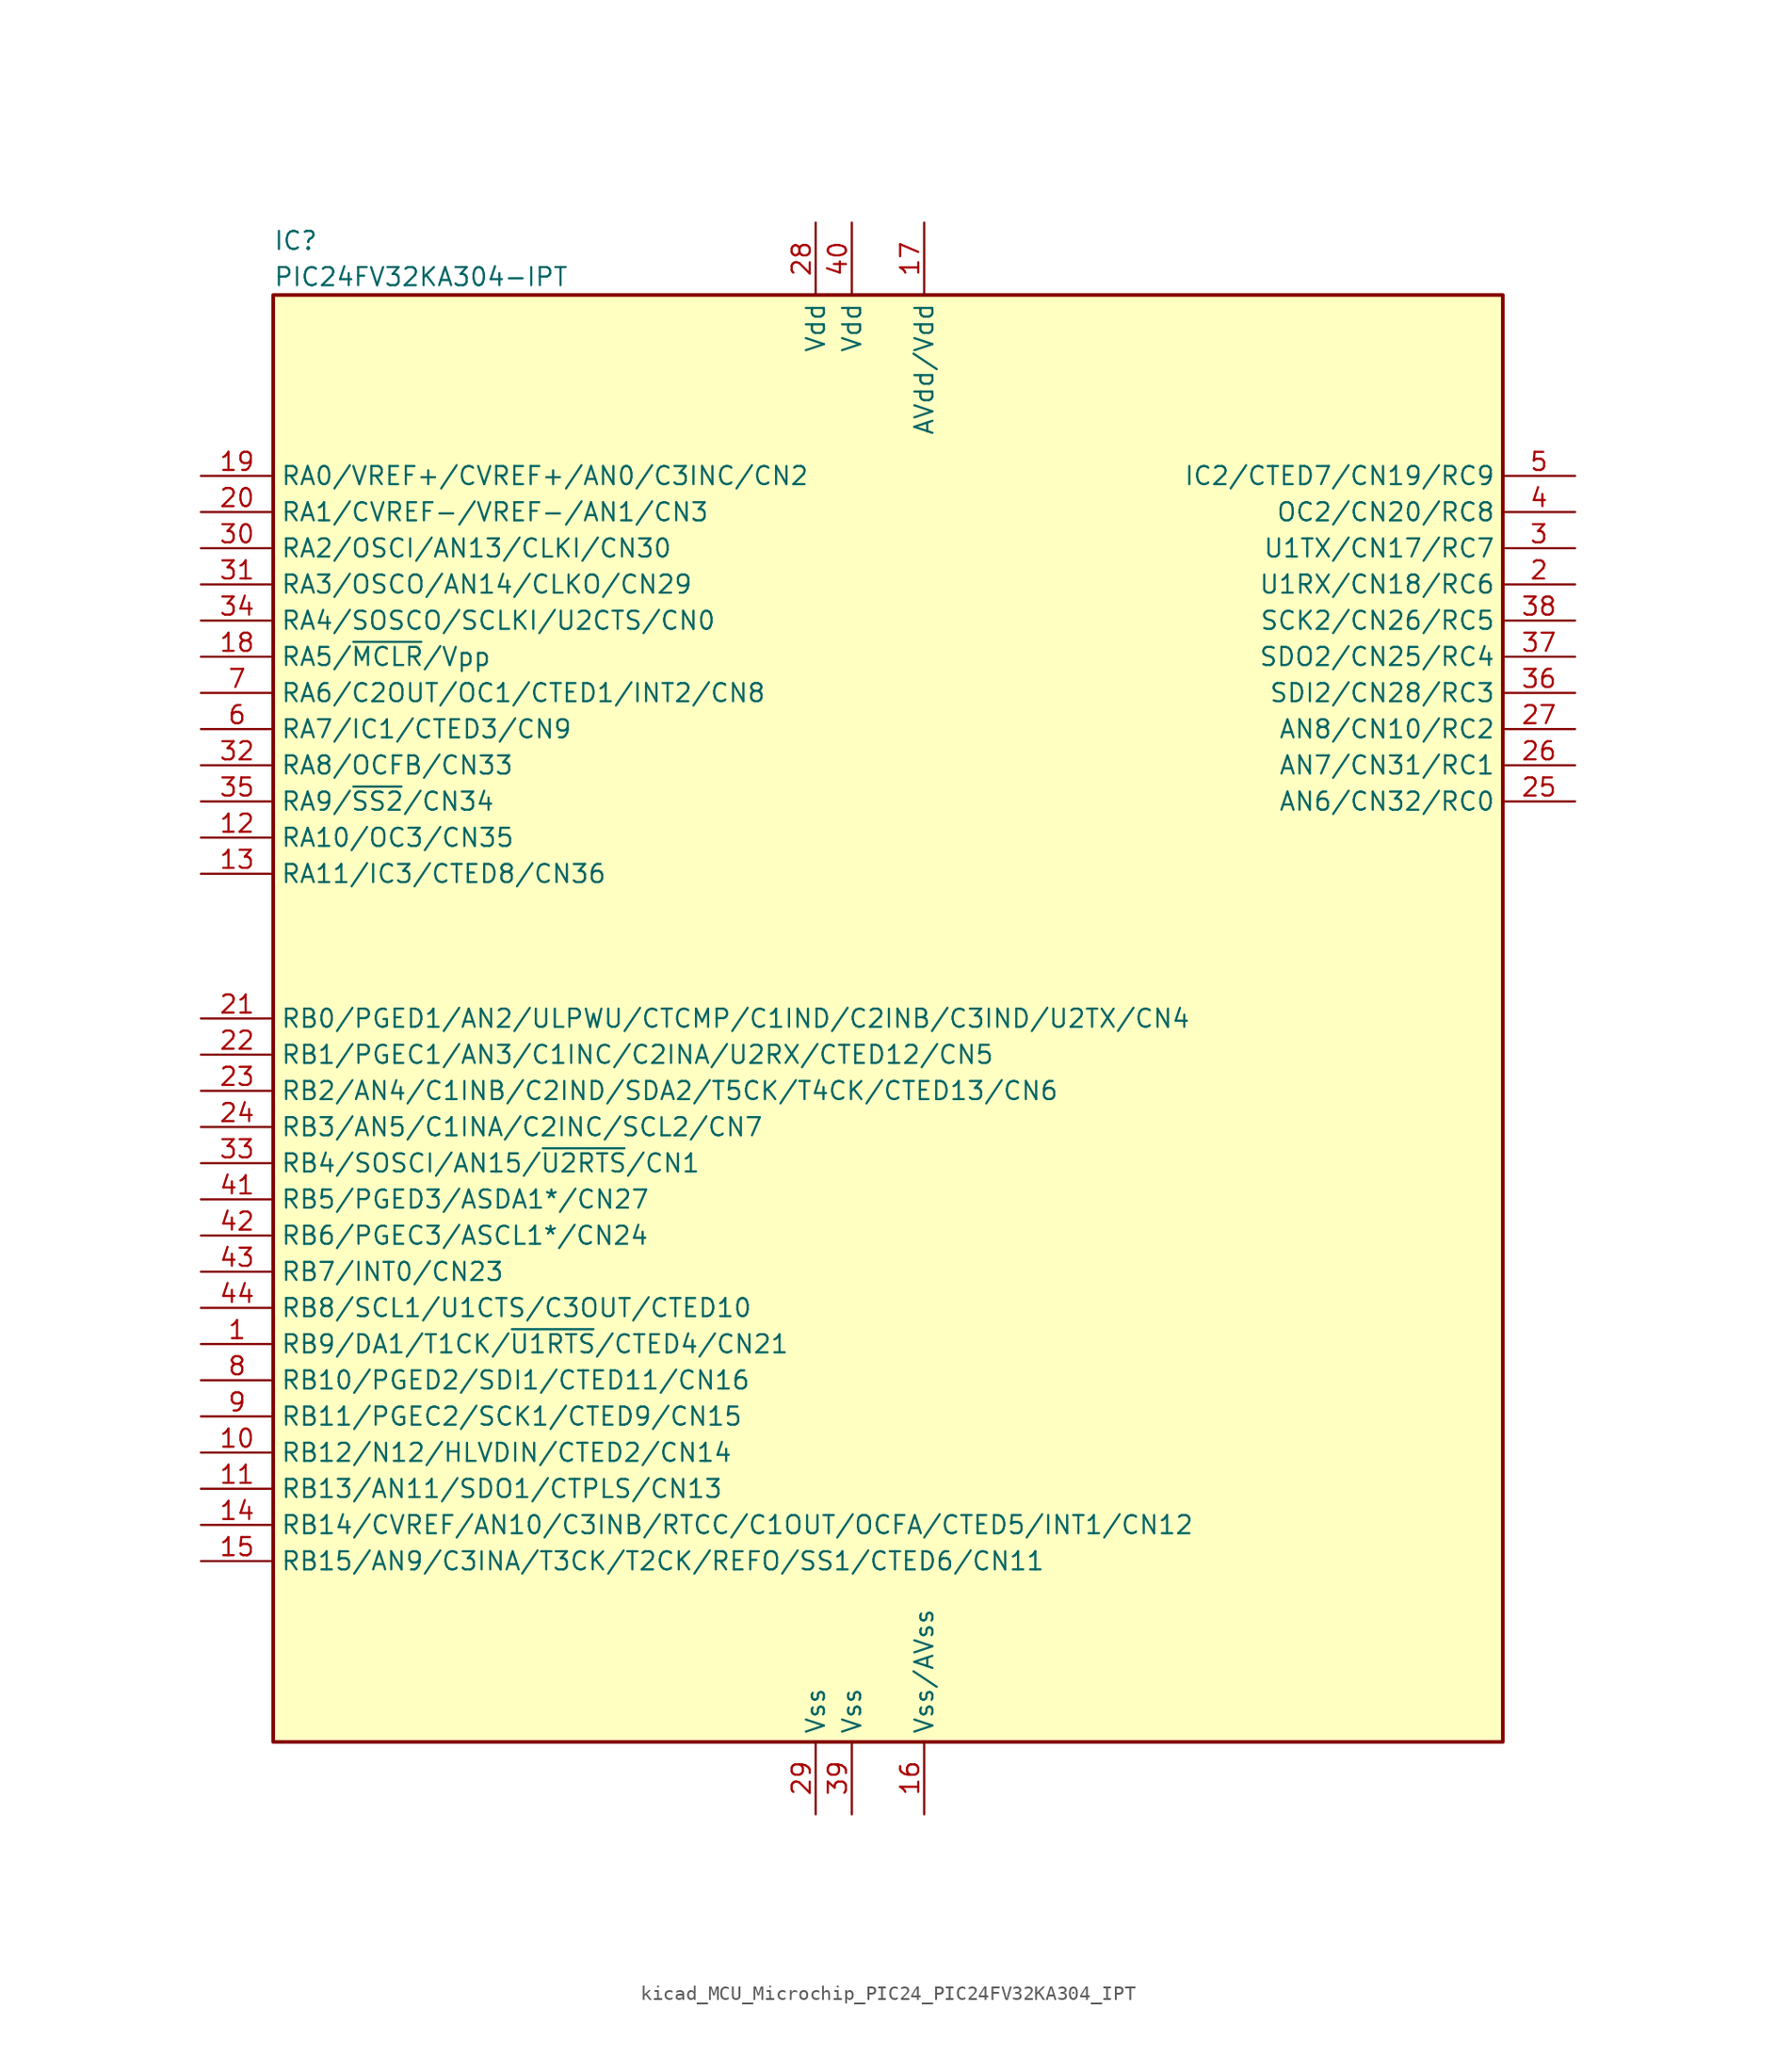
<source format=kicad_sym>
(kicad_symbol_lib
  (version 20220914)
  (generator kicad_symbol_editor)
  (symbol "kicad_MCU_Microchip_PIC24_PIC24FV32KA304_IPT"
    (property "Reference" "IC"
      (at -43.18 54.61 0)
      (effects (font (size 1.27 1.27)) (justify left)))
    (property "Value" "PIC24FV32KA304-IPT"
      (at -43.18 52.07 0)
      (effects (font (size 1.27 1.27)) (justify left)))
    (symbol "kicad_MCU_Microchip_PIC24_PIC24FV32KA304_IPT_1_0"
      (rectangle (start -43.18 -50.8) (end 43.18 50.8) (stroke (width 0.254) (type default)) (fill (type background))))
    (symbol "kicad_MCU_Microchip_PIC24_PIC24FV32KA304_IPT_1_1"
      (pin bidirectional line (at -48.26 -22.86 0) (length 5.08) (name "RB9/DA1/T1CK/~{U1RTS}/CTED4/CN21" (effects (font (size 1.27 1.27)))) (number "1" (effects (font (size 1.27 1.27)))))
      (pin bidirectional line (at -48.26 -30.48 0) (length 5.08) (name "RB12/N12/HLVDIN/CTED2/CN14" (effects (font (size 1.27 1.27)))) (number "10" (effects (font (size 1.27 1.27)))))
      (pin bidirectional line (at -48.26 -33.02 0) (length 5.08) (name "RB13/AN11/SDO1/CTPLS/CN13" (effects (font (size 1.27 1.27)))) (number "11" (effects (font (size 1.27 1.27)))))
      (pin bidirectional line (at -48.26 12.7 0) (length 5.08) (name "RA10/OC3/CN35" (effects (font (size 1.27 1.27)))) (number "12" (effects (font (size 1.27 1.27)))))
      (pin bidirectional line (at -48.26 10.16 0) (length 5.08) (name "RA11/IC3/CTED8/CN36" (effects (font (size 1.27 1.27)))) (number "13" (effects (font (size 1.27 1.27)))))
      (pin bidirectional line (at -48.26 -35.56 0) (length 5.08) (name "RB14/CVREF/AN10/C3INB/RTCC/C1OUT/OCFA/CTED5/INT1/CN12" (effects (font (size 1.27 1.27)))) (number "14" (effects (font (size 1.27 1.27)))))
      (pin bidirectional line (at -48.26 -38.1 0) (length 5.08) (name "RB15/AN9/C3INA/T3CK/T2CK/REFO/SS1/CTED6/CN11" (effects (font (size 1.27 1.27)))) (number "15" (effects (font (size 1.27 1.27)))))
      (pin power_in line (at 2.54 -55.88 90) (length 5.08) (name "Vss/AVss" (effects (font (size 1.27 1.27)))) (number "16" (effects (font (size 1.27 1.27)))))
      (pin power_in line (at 2.54 55.88 270) (length 5.08) (name "AVdd/Vdd" (effects (font (size 1.27 1.27)))) (number "17" (effects (font (size 1.27 1.27)))))
      (pin bidirectional line (at -48.26 25.4 0) (length 5.08) (name "RA5/~{MCLR}/Vpp" (effects (font (size 1.27 1.27)))) (number "18" (effects (font (size 1.27 1.27)))))
      (pin bidirectional line (at -48.26 38.1 0) (length 5.08) (name "RA0/VREF+/CVREF+/AN0/C3INC/CN2" (effects (font (size 1.27 1.27)))) (number "19" (effects (font (size 1.27 1.27)))))
      (pin bidirectional line (at 48.26 30.48 180) (length 5.08) (name "U1RX/CN18/RC6" (effects (font (size 1.27 1.27)))) (number "2" (effects (font (size 1.27 1.27)))))
      (pin bidirectional line (at -48.26 35.56 0) (length 5.08) (name "RA1/CVREF-/VREF-/AN1/CN3" (effects (font (size 1.27 1.27)))) (number "20" (effects (font (size 1.27 1.27)))))
      (pin bidirectional line (at -48.26 0 0) (length 5.08) (name "RB0/PGED1/AN2/ULPWU/CTCMP/C1IND/C2INB/C3IND/U2TX/CN4" (effects (font (size 1.27 1.27)))) (number "21" (effects (font (size 1.27 1.27)))))
      (pin bidirectional line (at -48.26 -2.54 0) (length 5.08) (name "RB1/PGEC1/AN3/C1INC/C2INA/U2RX/CTED12/CN5" (effects (font (size 1.27 1.27)))) (number "22" (effects (font (size 1.27 1.27)))))
      (pin bidirectional line (at -48.26 -5.08 0) (length 5.08) (name "RB2/AN4/C1INB/C2IND/SDA2/T5CK/T4CK/CTED13/CN6" (effects (font (size 1.27 1.27)))) (number "23" (effects (font (size 1.27 1.27)))))
      (pin bidirectional line (at -48.26 -7.62 0) (length 5.08) (name "RB3/AN5/C1INA/C2INC/SCL2/CN7" (effects (font (size 1.27 1.27)))) (number "24" (effects (font (size 1.27 1.27)))))
      (pin bidirectional line (at 48.26 15.24 180) (length 5.08) (name "AN6/CN32/RC0" (effects (font (size 1.27 1.27)))) (number "25" (effects (font (size 1.27 1.27)))))
      (pin bidirectional line (at 48.26 17.78 180) (length 5.08) (name "AN7/CN31/RC1" (effects (font (size 1.27 1.27)))) (number "26" (effects (font (size 1.27 1.27)))))
      (pin bidirectional line (at 48.26 20.32 180) (length 5.08) (name "AN8/CN10/RC2" (effects (font (size 1.27 1.27)))) (number "27" (effects (font (size 1.27 1.27)))))
      (pin power_in line (at -5.08 55.88 270) (length 5.08) (name "Vdd" (effects (font (size 1.27 1.27)))) (number "28" (effects (font (size 1.27 1.27)))))
      (pin power_in line (at -5.08 -55.88 90) (length 5.08) (name "Vss" (effects (font (size 1.27 1.27)))) (number "29" (effects (font (size 1.27 1.27)))))
      (pin bidirectional line (at 48.26 33.02 180) (length 5.08) (name "U1TX/CN17/RC7" (effects (font (size 1.27 1.27)))) (number "3" (effects (font (size 1.27 1.27)))))
      (pin bidirectional line (at -48.26 33.02 0) (length 5.08) (name "RA2/OSCI/AN13/CLKI/CN30" (effects (font (size 1.27 1.27)))) (number "30" (effects (font (size 1.27 1.27)))))
      (pin bidirectional line (at -48.26 30.48 0) (length 5.08) (name "RA3/OSCO/AN14/CLKO/CN29" (effects (font (size 1.27 1.27)))) (number "31" (effects (font (size 1.27 1.27)))))
      (pin bidirectional line (at -48.26 17.78 0) (length 5.08) (name "RA8/OCFB/CN33" (effects (font (size 1.27 1.27)))) (number "32" (effects (font (size 1.27 1.27)))))
      (pin bidirectional line (at -48.26 -10.16 0) (length 5.08) (name "RB4/SOSCI/AN15/~{U2RTS}/CN1" (effects (font (size 1.27 1.27)))) (number "33" (effects (font (size 1.27 1.27)))))
      (pin bidirectional line (at -48.26 27.94 0) (length 5.08) (name "RA4/SOSCO/SCLKI/U2CTS/CN0" (effects (font (size 1.27 1.27)))) (number "34" (effects (font (size 1.27 1.27)))))
      (pin bidirectional line (at -48.26 15.24 0) (length 5.08) (name "RA9/~{SS2}/CN34" (effects (font (size 1.27 1.27)))) (number "35" (effects (font (size 1.27 1.27)))))
      (pin bidirectional line (at 48.26 22.86 180) (length 5.08) (name "SDI2/CN28/RC3" (effects (font (size 1.27 1.27)))) (number "36" (effects (font (size 1.27 1.27)))))
      (pin bidirectional line (at 48.26 25.4 180) (length 5.08) (name "SDO2/CN25/RC4" (effects (font (size 1.27 1.27)))) (number "37" (effects (font (size 1.27 1.27)))))
      (pin bidirectional line (at 48.26 27.94 180) (length 5.08) (name "SCK2/CN26/RC5" (effects (font (size 1.27 1.27)))) (number "38" (effects (font (size 1.27 1.27)))))
      (pin power_in line (at -2.54 -55.88 90) (length 5.08) (name "Vss" (effects (font (size 1.27 1.27)))) (number "39" (effects (font (size 1.27 1.27)))))
      (pin bidirectional line (at 48.26 35.56 180) (length 5.08) (name "OC2/CN20/RC8" (effects (font (size 1.27 1.27)))) (number "4" (effects (font (size 1.27 1.27)))))
      (pin power_in line (at -2.54 55.88 270) (length 5.08) (name "Vdd" (effects (font (size 1.27 1.27)))) (number "40" (effects (font (size 1.27 1.27)))))
      (pin bidirectional line (at -48.26 -12.7 0) (length 5.08) (name "RB5/PGED3/ASDA1*/CN27" (effects (font (size 1.27 1.27)))) (number "41" (effects (font (size 1.27 1.27)))))
      (pin bidirectional line (at -48.26 -15.24 0) (length 5.08) (name "RB6/PGEC3/ASCL1*/CN24" (effects (font (size 1.27 1.27)))) (number "42" (effects (font (size 1.27 1.27)))))
      (pin bidirectional line (at -48.26 -17.78 0) (length 5.08) (name "RB7/INT0/CN23" (effects (font (size 1.27 1.27)))) (number "43" (effects (font (size 1.27 1.27)))))
      (pin bidirectional line (at -48.26 -20.32 0) (length 5.08) (name "RB8/SCL1/U1CTS/C3OUT/CTED10" (effects (font (size 1.27 1.27)))) (number "44" (effects (font (size 1.27 1.27)))))
      (pin bidirectional line (at 48.26 38.1 180) (length 5.08) (name "IC2/CTED7/CN19/RC9" (effects (font (size 1.27 1.27)))) (number "5" (effects (font (size 1.27 1.27)))))
      (pin bidirectional line (at -48.26 20.32 0) (length 5.08) (name "RA7/IC1/CTED3/CN9" (effects (font (size 1.27 1.27)))) (number "6" (effects (font (size 1.27 1.27)))))
      (pin bidirectional line (at -48.26 22.86 0) (length 5.08) (name "RA6/C2OUT/OC1/CTED1/INT2/CN8" (effects (font (size 1.27 1.27)))) (number "7" (effects (font (size 1.27 1.27)))))
      (pin bidirectional line (at -48.26 -25.4 0) (length 5.08) (name "RB10/PGED2/SDI1/CTED11/CN16" (effects (font (size 1.27 1.27)))) (number "8" (effects (font (size 1.27 1.27)))))
      (pin bidirectional line (at -48.26 -27.94 0) (length 5.08) (name "RB11/PGEC2/SCK1/CTED9/CN15" (effects (font (size 1.27 1.27)))) (number "9" (effects (font (size 1.27 1.27))))))))
</source>
